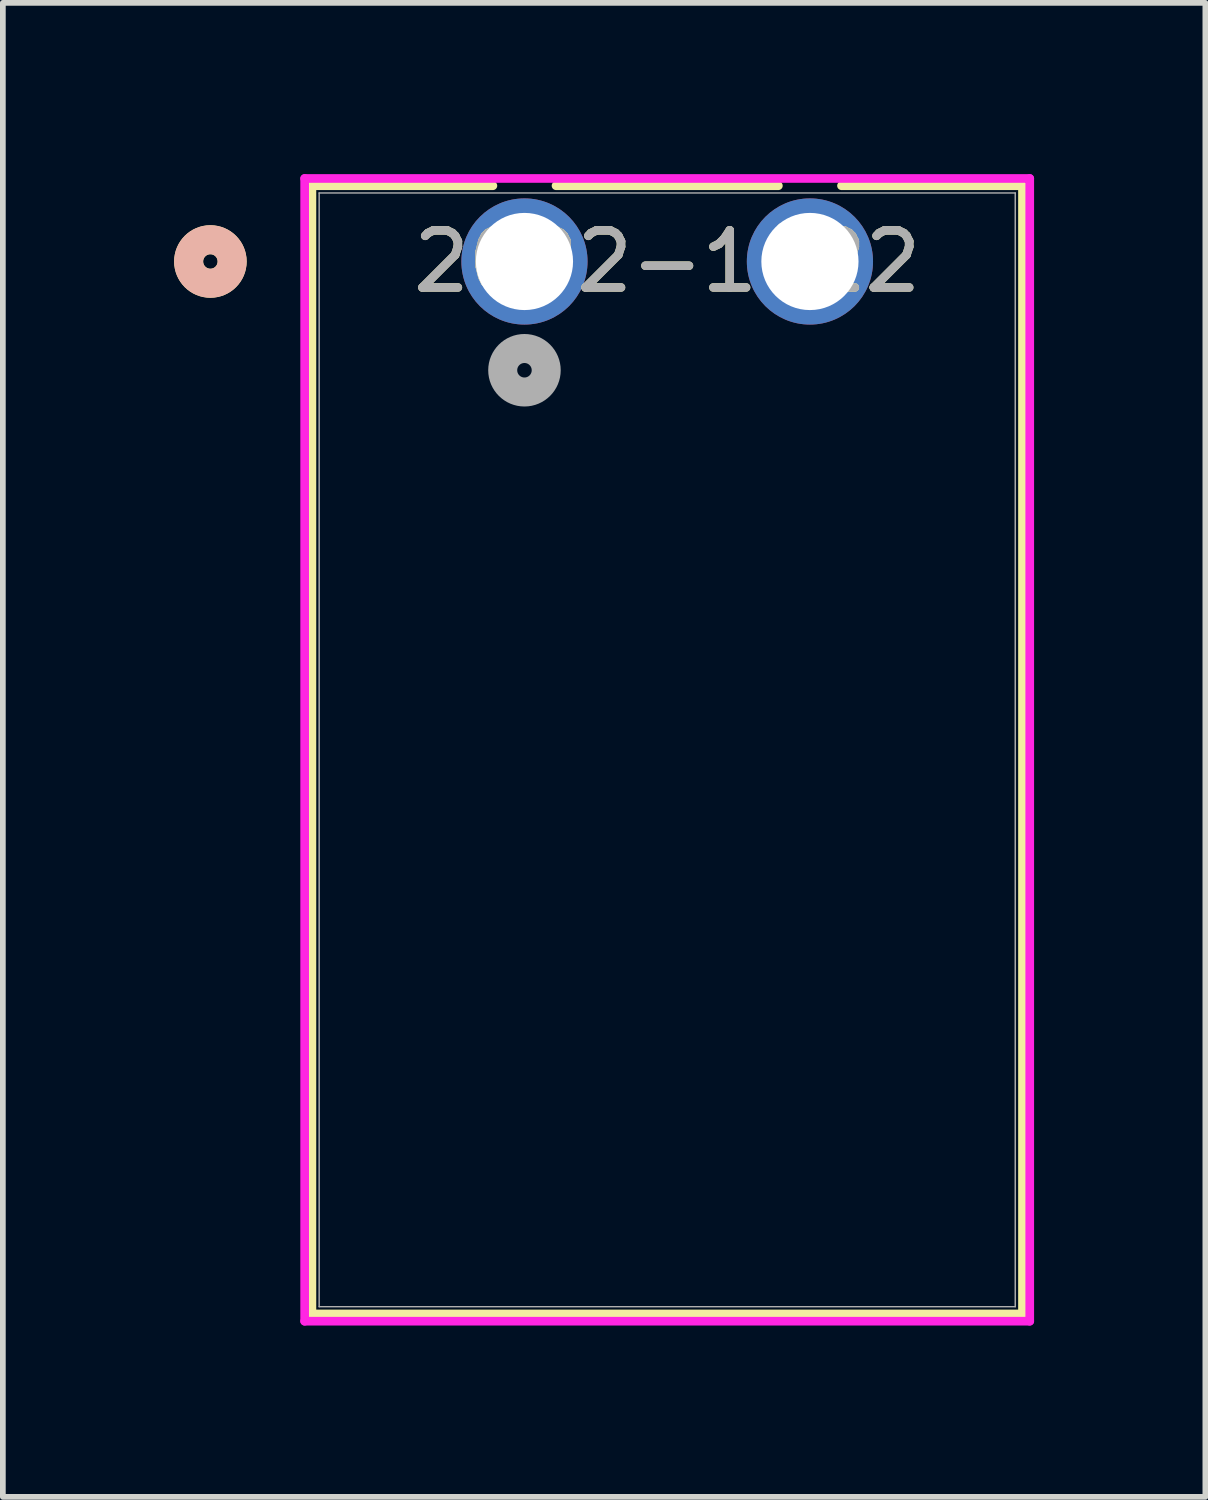
<source format=kicad_pcb>
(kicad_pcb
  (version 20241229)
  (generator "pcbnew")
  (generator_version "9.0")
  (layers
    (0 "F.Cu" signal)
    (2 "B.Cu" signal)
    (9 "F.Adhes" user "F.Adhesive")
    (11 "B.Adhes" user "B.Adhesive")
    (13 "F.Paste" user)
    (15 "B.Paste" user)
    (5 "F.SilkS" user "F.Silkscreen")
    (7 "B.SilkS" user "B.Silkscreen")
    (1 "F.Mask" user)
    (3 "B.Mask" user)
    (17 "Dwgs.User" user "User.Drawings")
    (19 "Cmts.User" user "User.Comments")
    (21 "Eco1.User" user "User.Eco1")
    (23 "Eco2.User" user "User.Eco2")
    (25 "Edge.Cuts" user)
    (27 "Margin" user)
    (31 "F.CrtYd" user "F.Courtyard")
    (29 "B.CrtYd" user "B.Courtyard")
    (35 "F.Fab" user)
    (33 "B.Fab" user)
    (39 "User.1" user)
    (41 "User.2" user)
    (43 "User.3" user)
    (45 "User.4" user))
  (footprint "2092-1422"
    (layer "F.Cu")
    (at 6.136 1.53)
    (property "Reference" "2092-1422" (at 2.5 0 0) (unlocked yes) (layer "F.SilkS") (effects (font (size 1 1) (thickness 0.15))))
    (attr through_hole)
    (fp_line (start -3.723 -1.327) (end -3.723 18.434) (stroke (width 0.152) (type solid)) (layer "F.SilkS"))
    (fp_line (start -3.723 18.434) (end 8.723 18.434) (stroke (width 0.152) (type solid)) (layer "F.SilkS"))
    (fp_line (start -0.553 -1.327) (end -3.723 -1.327) (stroke (width 0.152) (type solid)) (layer "F.SilkS"))
    (fp_line (start 4.447 -1.327) (end 0.553 -1.327) (stroke (width 0.152) (type solid)) (layer "F.SilkS"))
    (fp_line (start 8.723 -1.327) (end 5.553 -1.327) (stroke (width 0.152) (type solid)) (layer "F.SilkS"))
    (fp_line (start 8.723 18.434) (end 8.723 -1.327) (stroke (width 0.152) (type solid)) (layer "F.SilkS"))
    (fp_circle (center -5.501 0) (end -5.12 0) (stroke (width 0.508) (type solid)) (fill no) (layer "F.SilkS"))
    (fp_circle (center -5.501 0) (end -5.12 0) (stroke (width 0.508) (type solid)) (fill no) (layer "B.SilkS"))
    (fp_line (start -3.85 -1.454) (end -3.85 18.561) (stroke (width 0.152) (type solid)) (layer "F.CrtYd"))
    (fp_line (start -3.85 18.561) (end 8.85 18.561) (stroke (width 0.152) (type solid)) (layer "F.CrtYd"))
    (fp_line (start 8.85 -1.454) (end -3.85 -1.454) (stroke (width 0.152) (type solid)) (layer "F.CrtYd"))
    (fp_line (start 8.85 18.561) (end 8.85 -1.454) (stroke (width 0.152) (type solid)) (layer "F.CrtYd"))
    (fp_line (start -3.596 -1.2) (end -3.596 18.307) (stroke (width 0.025) (type solid)) (layer "F.Fab"))
    (fp_line (start -3.596 18.307) (end 8.596 18.307) (stroke (width 0.025) (type solid)) (layer "F.Fab"))
    (fp_line (start 8.596 -1.2) (end -3.596 -1.2) (stroke (width 0.025) (type solid)) (layer "F.Fab"))
    (fp_line (start 8.596 18.307) (end 8.596 -1.2) (stroke (width 0.025) (type solid)) (layer "F.Fab"))
    (fp_circle (center 0 1.905) (end 0.381 1.905) (stroke (width 0.508) (type solid)) (fill no) (layer "F.Fab"))
    (fp_text user "${REFERENCE}" (at 2.5 0 0) (unlocked yes) (layer "F.Fab") (effects (font (size 1 1) (thickness 0.15))))
    (pad "1" thru_hole circle (at 0 0) (size 2.21 2.21) (drill 1.702) (layers "*.Cu" "*.Mask"))
    (pad "2" thru_hole circle (at 5 0) (size 2.21 2.21) (drill 1.702) (layers "*.Cu" "*.Mask")))
  (gr_rect
    (start -3 -3)
    (end 18.062 23.168)
    (stroke (width 0.1) (type default))
    (fill no)
    (layer "Edge.Cuts")))
</source>
